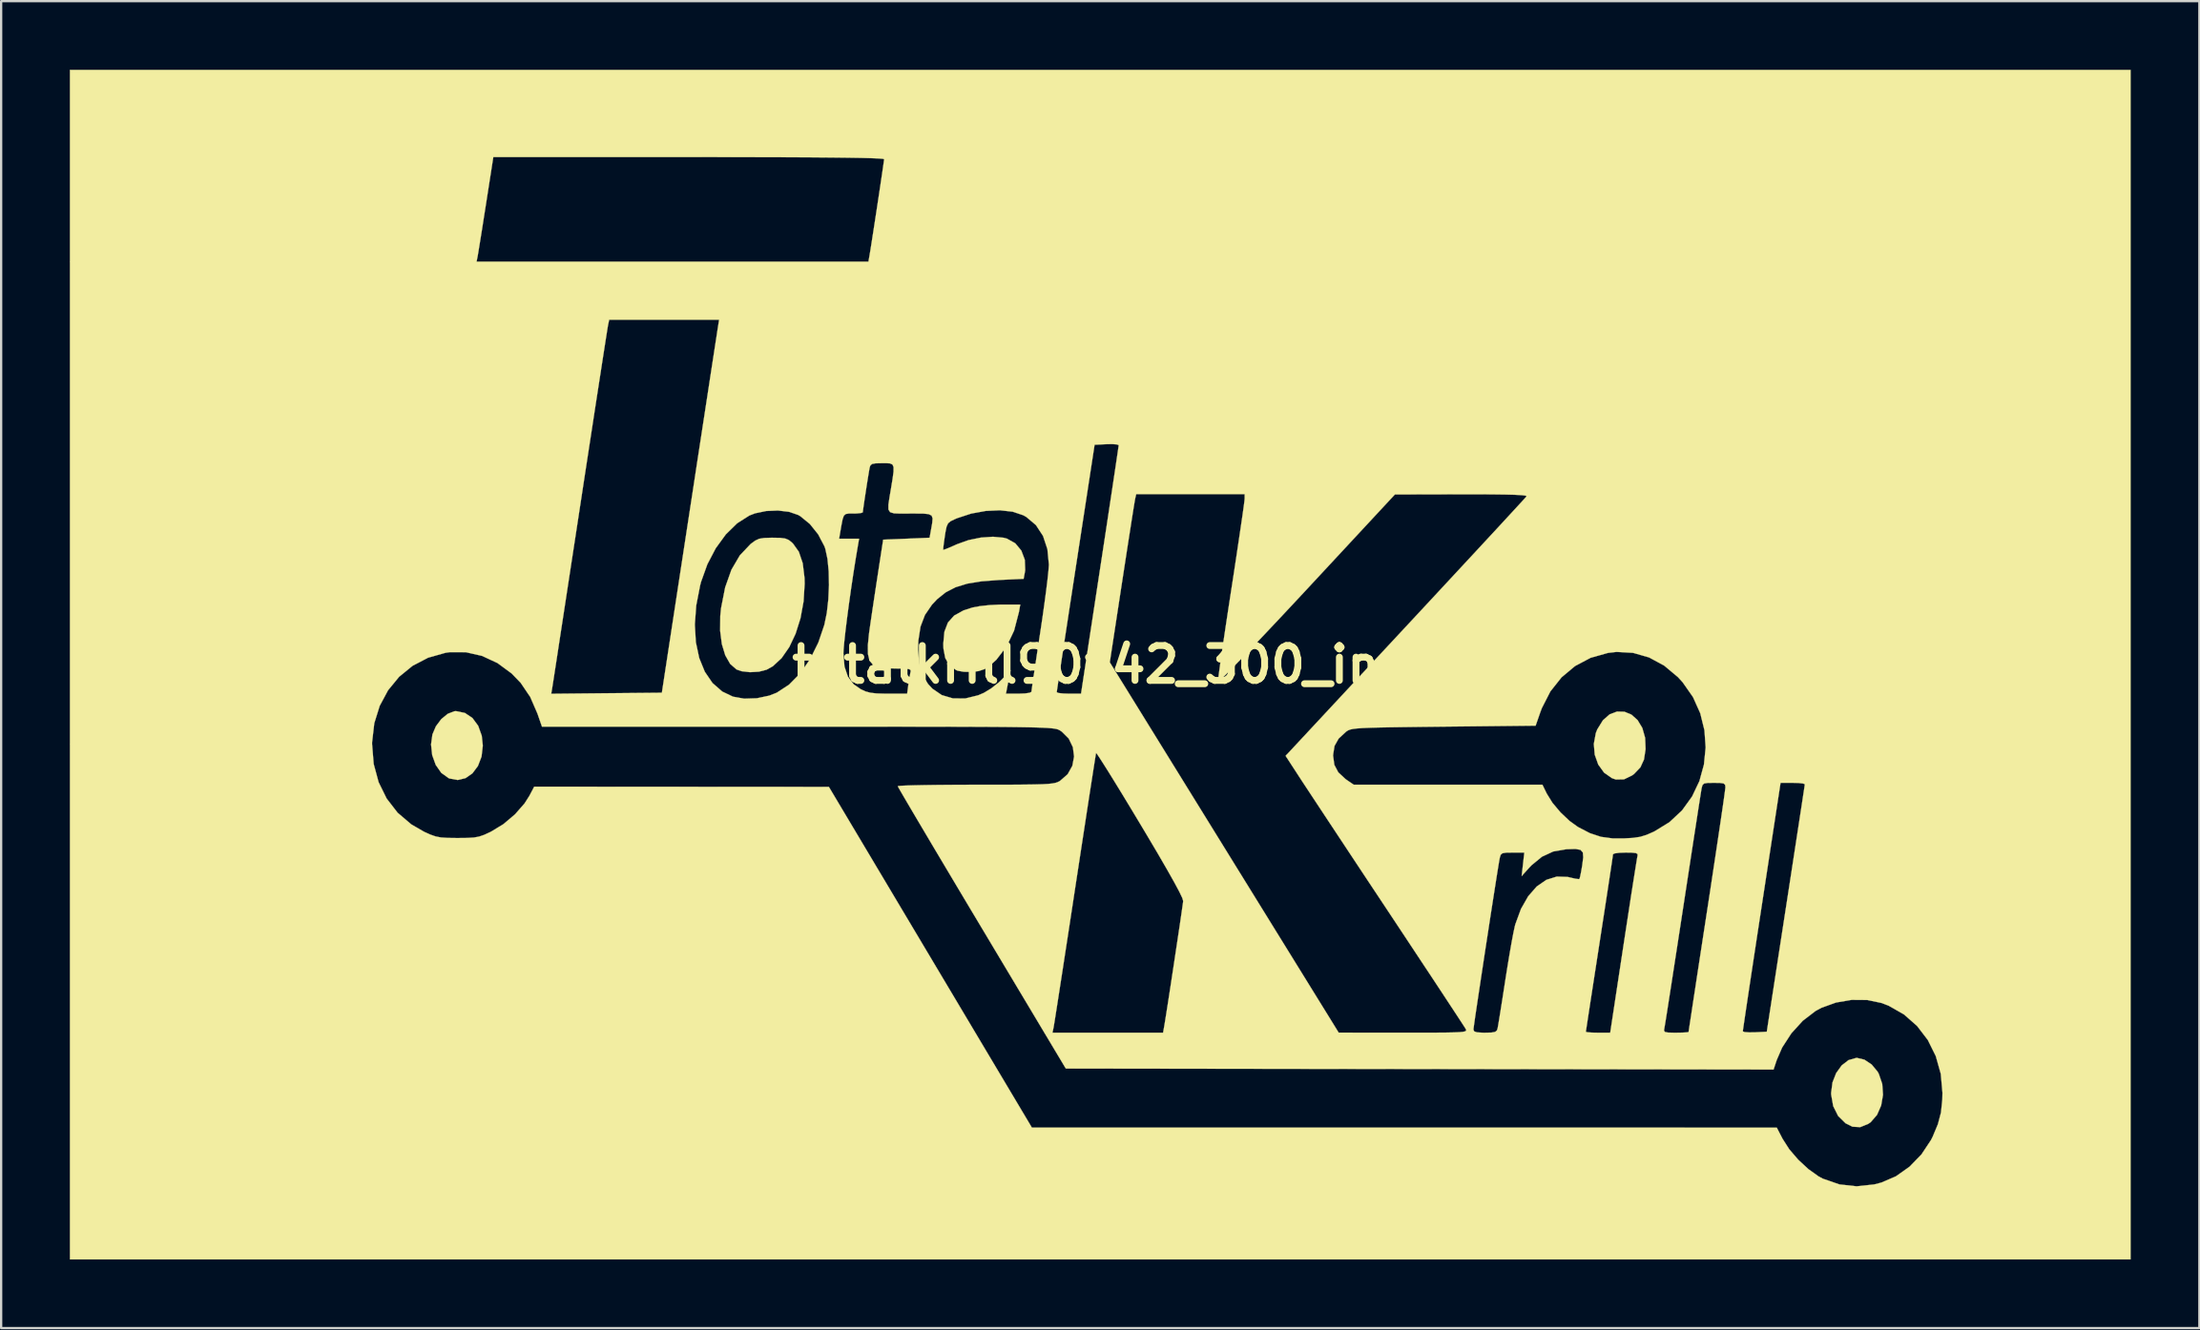
<source format=kicad_pcb>
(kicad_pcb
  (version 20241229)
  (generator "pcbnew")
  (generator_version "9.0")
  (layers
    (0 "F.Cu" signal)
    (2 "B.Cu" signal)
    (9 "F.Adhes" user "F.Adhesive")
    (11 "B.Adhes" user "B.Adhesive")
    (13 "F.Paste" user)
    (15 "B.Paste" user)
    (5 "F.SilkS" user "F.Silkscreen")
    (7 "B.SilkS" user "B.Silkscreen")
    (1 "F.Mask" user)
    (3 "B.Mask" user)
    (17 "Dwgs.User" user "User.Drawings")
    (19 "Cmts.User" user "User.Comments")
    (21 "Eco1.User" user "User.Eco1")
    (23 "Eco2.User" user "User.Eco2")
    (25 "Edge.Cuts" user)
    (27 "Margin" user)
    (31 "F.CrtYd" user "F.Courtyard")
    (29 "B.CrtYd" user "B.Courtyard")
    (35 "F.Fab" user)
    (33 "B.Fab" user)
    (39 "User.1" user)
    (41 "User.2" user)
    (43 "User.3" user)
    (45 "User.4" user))
  (footprint "totalkrill90x42_300_inv"
    (layer "F.Cu")
    (at 44.963 25.998)
    (property "Reference" "totalkrill90x42_300_inv" (at 0 0 0) (layer "F.SilkS") (effects (font (size 1.524 1.524) (thickness 0.3))))
    (attr through_hole)
    (fp_poly (pts (xy -27.709 2.111) (xy -27.38 2.331) (xy -27.129 2.671) (xy -26.972 3.107) (xy -26.926 3.538) (xy -26.981 4.019) (xy -27.139 4.43) (xy -27.378 4.75) (xy -27.679 4.96) (xy -28.021 5.042) (xy -28.384 4.975) (xy -28.421 4.959) (xy -28.739 4.73) (xy -28.982 4.382) (xy -29.136 3.954) (xy -29.186 3.487) (xy -29.126 3.05) (xy -28.974 2.694) (xy -28.739 2.381) (xy -28.458 2.15) (xy -28.17 2.038) (xy -28.098 2.032) (xy -27.709 2.111)) (stroke (width 0.01) (type solid)) (fill yes) (layer "F.SilkS"))
    (fp_poly (pts (xy 22.938 2.059) (xy 23.244 2.186) (xy 23.511 2.425) (xy 23.717 2.766) (xy 23.84 3.199) (xy 23.86 3.694) (xy 23.79 4.147) (xy 23.632 4.492) (xy 23.361 4.775) (xy 23.278 4.838) (xy 22.92 5.013) (xy 22.563 5.02) (xy 22.394 4.963) (xy 22.047 4.72) (xy 21.792 4.365) (xy 21.639 3.934) (xy 21.6 3.465) (xy 21.686 2.995) (xy 21.749 2.833) (xy 21.998 2.429) (xy 22.293 2.171) (xy 22.614 2.051) (xy 22.938 2.059)) (stroke (width 0.01) (type solid)) (fill yes) (layer "F.SilkS"))
    (fp_poly (pts (xy 33.42 17.266) (xy 33.734 17.476) (xy 33.992 17.787) (xy 34.046 17.883) (xy 34.197 18.328) (xy 34.229 18.802) (xy 34.15 19.265) (xy 33.97 19.676) (xy 33.696 19.993) (xy 33.588 20.069) (xy 33.235 20.214) (xy 32.898 20.195) (xy 32.595 20.045) (xy 32.269 19.724) (xy 32.055 19.295) (xy 31.966 18.788) (xy 31.965 18.711) (xy 32.024 18.259) (xy 32.185 17.849) (xy 32.427 17.514) (xy 32.726 17.284) (xy 33.059 17.189) (xy 33.096 17.188) (xy 33.42 17.266)) (stroke (width 0.01) (type solid)) (fill yes) (layer "F.SilkS"))
    (fp_poly (pts (xy -3.508 -2.307) (xy -3.721 -1.488) (xy -4.051 -0.79) (xy -4.496 -0.214) (xy -4.764 0.029) (xy -5.012 0.196) (xy -5.275 0.283) (xy -5.568 0.316) (xy -5.92 0.313) (xy -6.192 0.264) (xy -6.257 0.236) (xy -6.549 0.015) (xy -6.728 -0.289) (xy -6.806 -0.701) (xy -6.813 -0.916) (xy -6.764 -1.438) (xy -6.611 -1.84) (xy -6.339 -2.144) (xy -5.932 -2.369) (xy -5.538 -2.496) (xy -5.218 -2.556) (xy -4.804 -2.601) (xy -4.37 -2.623) (xy -4.248 -2.625) (xy -3.452 -2.625) (xy -3.508 -2.307)) (stroke (width 0.01) (type solid)) (fill yes) (layer "F.SilkS"))
    (fp_poly (pts (xy -13.933 -5.54) (xy -13.718 -5.512) (xy -13.564 -5.448) (xy -13.419 -5.331) (xy -13.381 -5.295) (xy -13.122 -4.933) (xy -12.953 -4.431) (xy -12.875 -3.792) (xy -12.869 -3.537) (xy -12.916 -2.765) (xy -13.05 -2.031) (xy -13.262 -1.357) (xy -13.54 -0.768) (xy -13.876 -0.284) (xy -14.259 0.07) (xy -14.532 0.222) (xy -14.867 0.308) (xy -15.255 0.33) (xy -15.621 0.288) (xy -15.846 0.21) (xy -16.122 -0.032) (xy -16.337 -0.41) (xy -16.485 -0.899) (xy -16.559 -1.477) (xy -16.554 -2.119) (xy -16.519 -2.469) (xy -16.34 -3.378) (xy -16.067 -4.147) (xy -15.699 -4.776) (xy -15.237 -5.264) (xy -15.211 -5.286) (xy -15.024 -5.423) (xy -14.852 -5.501) (xy -14.637 -5.536) (xy -14.32 -5.546) (xy -14.264 -5.546) (xy -13.933 -5.54)) (stroke (width 0.01) (type solid)) (fill yes) (layer "F.SilkS"))
    (fp_poly (pts (xy 45.043 25.993) (xy -44.958 25.993) (xy -44.958 3.475) (xy -31.762 3.475) (xy -31.692 4.341) (xy -31.477 5.137) (xy -31.126 5.852) (xy -30.647 6.472) (xy -30.046 6.984) (xy -29.486 7.307) (xy -29.212 7.43) (xy -28.985 7.509) (xy -28.751 7.554) (xy -28.457 7.573) (xy -28.05 7.578) (xy -28.023 7.578) (xy -27.612 7.574) (xy -27.318 7.557) (xy -27.087 7.515) (xy -26.868 7.44) (xy -26.608 7.32) (xy -26.556 7.294) (xy -26.019 6.966) (xy -25.519 6.542) (xy -25.104 6.068) (xy -24.892 5.734) (xy -24.681 5.334) (xy -18.246 5.338) (xy -11.811 5.342) (xy -2.943 20.235) (xy 29.591 20.236) (xy 29.842 20.722) (xy 30.135 21.18) (xy 30.527 21.637) (xy 30.971 22.049) (xy 31.421 22.37) (xy 31.603 22.467) (xy 32.326 22.717) (xy 33.076 22.8) (xy 33.845 22.718) (xy 34.163 22.635) (xy 34.799 22.36) (xy 35.39 21.941) (xy 35.908 21.407) (xy 36.323 20.783) (xy 36.402 20.626) (xy 36.628 20.084) (xy 36.762 19.574) (xy 36.82 19.016) (xy 36.827 18.711) (xy 36.753 17.883) (xy 36.535 17.109) (xy 36.187 16.406) (xy 35.719 15.793) (xy 35.144 15.287) (xy 34.475 14.906) (xy 34.169 14.788) (xy 33.542 14.657) (xy 32.86 14.652) (xy 32.177 14.768) (xy 31.542 14.997) (xy 31.284 15.137) (xy 30.726 15.565) (xy 30.227 16.114) (xy 29.825 16.734) (xy 29.589 17.278) (xy 29.45 17.696) (xy 13.994 17.674) (xy -1.462 17.653) (xy -2.398 16.087) (xy -2.045 16.087) (xy 2.786 16.087) (xy 2.835 15.812) (xy 2.873 15.583) (xy 2.929 15.231) (xy 3 14.779) (xy 3.081 14.253) (xy 3.169 13.678) (xy 3.26 13.079) (xy 3.35 12.481) (xy 3.436 11.909) (xy 3.514 11.389) (xy 3.579 10.945) (xy 3.628 10.603) (xy 3.658 10.388) (xy 3.664 10.329) (xy 3.624 10.194) (xy 3.493 9.92) (xy 3.271 9.506) (xy 2.959 8.952) (xy 2.556 8.256) (xy 2.061 7.42) (xy 1.78 6.95) (xy 1.383 6.29) (xy 1.014 5.68) (xy 0.68 5.135) (xy 0.391 4.668) (xy 0.155 4.294) (xy -0.017 4.027) (xy -0.118 3.882) (xy -0.142 3.86) (xy -0.158 3.954) (xy -0.198 4.203) (xy -0.259 4.591) (xy -0.339 5.106) (xy -0.437 5.734) (xy -0.549 6.461) (xy -0.673 7.273) (xy -0.809 8.157) (xy -0.953 9.1) (xy -1.057 9.779) (xy -1.206 10.759) (xy -1.349 11.694) (xy -1.484 12.569) (xy -1.607 13.372) (xy -1.718 14.087) (xy -1.813 14.701) (xy -1.891 15.199) (xy -1.949 15.567) (xy -1.986 15.791) (xy -1.997 15.854) (xy -2.045 16.087) (xy -2.398 16.087) (xy -5.13 11.515) (xy -5.687 10.583) (xy -6.218 9.692) (xy -6.717 8.854) (xy -7.178 8.079) (xy -7.594 7.377) (xy -7.959 6.76) (xy -8.267 6.238) (xy -8.511 5.822) (xy -8.685 5.523) (xy -8.783 5.351) (xy -8.802 5.313) (xy -8.721 5.299) (xy -8.489 5.286) (xy -8.123 5.275) (xy -7.641 5.265) (xy -7.061 5.257) (xy -6.401 5.252) (xy -5.679 5.249) (xy -5.397 5.249) (xy -4.546 5.249) (xy -3.847 5.247) (xy -3.284 5.243) (xy -2.841 5.237) (xy -2.499 5.228) (xy -2.244 5.214) (xy -2.058 5.195) (xy -1.924 5.17) (xy -1.826 5.139) (xy -1.747 5.1) (xy -1.714 5.08) (xy -1.381 4.789) (xy -1.177 4.423) (xy -1.101 4.018) (xy -1.153 3.61) (xy -1.333 3.233) (xy -1.641 2.926) (xy -1.714 2.878) (xy -1.756 2.854) (xy -1.806 2.832) (xy -1.871 2.813) (xy -1.961 2.796) (xy -2.085 2.781) (xy -2.251 2.767) (xy -2.468 2.756) (xy -2.744 2.746) (xy -3.088 2.738) (xy -3.51 2.731) (xy -4.017 2.725) (xy -4.619 2.72) (xy -5.324 2.717) (xy -6.141 2.714) (xy -7.078 2.712) (xy -8.145 2.711) (xy -9.35 2.71) (xy -10.702 2.71) (xy -12.209 2.71) (xy -13.166 2.71) (xy -24.342 2.709) (xy -24.54 2.138) (xy -24.857 1.407) (xy -24.949 1.273) (xy -23.938 1.273) (xy -21.521 1.25) (xy -19.105 1.228) (xy -18.649 -1.751) (xy -17.666 -1.751) (xy -17.621 -0.982) (xy -17.474 -0.29) (xy -17.23 0.31) (xy -16.893 0.804) (xy -16.467 1.176) (xy -16.002 1.399) (xy -15.51 1.487) (xy -14.957 1.47) (xy -14.411 1.354) (xy -14.086 1.226) (xy -13.551 0.876) (xy -13.06 0.379) (xy -12.628 -0.243) (xy -12.269 -0.97) (xy -12.009 -1.736) (xy -11.901 -2.258) (xy -11.834 -2.852) (xy -11.806 -3.473) (xy -11.818 -4.077) (xy -11.871 -4.619) (xy -11.964 -5.056) (xy -12.004 -5.171) (xy -12.178 -5.503) (xy -11.364 -5.503) (xy -10.491 -5.503) (xy -10.539 -5.228) (xy -10.641 -4.623) (xy -10.744 -3.971) (xy -10.844 -3.3) (xy -10.937 -2.638) (xy -11.02 -2.013) (xy -11.089 -1.452) (xy -11.14 -0.984) (xy -11.17 -0.637) (xy -11.176 -0.486) (xy -11.129 0.082) (xy -10.981 0.525) (xy -10.724 0.862) (xy -10.417 1.075) (xy -10.212 1.17) (xy -9.999 1.228) (xy -9.73 1.259) (xy -9.355 1.27) (xy -9.221 1.27) (xy -8.392 1.27) (xy -8.338 0.868) (xy -8.296 0.595) (xy -8.256 0.376) (xy -8.242 0.318) (xy -8.239 0.244) (xy -8.3 0.199) (xy -8.457 0.177) (xy -8.74 0.17) (xy -8.88 0.169) (xy -9.323 0.157) (xy -9.656 0.106) (xy -9.89 -0.001) (xy -10.036 -0.184) (xy -10.104 -0.463) (xy -10.106 -0.677) (xy -7.915 -0.677) (xy -7.869 -0.066) (xy -7.729 0.43) (xy -7.481 0.843) (xy -7.291 1.049) (xy -6.88 1.331) (xy -6.392 1.475) (xy -5.855 1.479) (xy -5.294 1.341) (xy -5.037 1.231) (xy -4.718 1.037) (xy -4.393 0.78) (xy -4.234 0.626) (xy -3.878 0.24) (xy -3.929 0.501) (xy -3.984 0.787) (xy -4.028 1.016) (xy -4.077 1.27) (xy -3.52 1.27) (xy -3.238 1.259) (xy -3.038 1.229) (xy -2.997 1.206) (xy -1.86 1.206) (xy -1.784 1.239) (xy -1.584 1.262) (xy -1.33 1.27) (xy -0.797 1.27) (xy -0.588 -0.103) (xy 0.458 -0.103) (xy 5.457 7.99) (xy 10.456 16.083) (xy 13.274 16.085) (xy 14.039 16.085) (xy 14.65 16.084) (xy 15.124 16.081) (xy 15.478 16.074) (xy 15.729 16.063) (xy 15.892 16.047) (xy 15.985 16.025) (xy 16.022 15.996) (xy 16.022 15.959) (xy 16.019 15.952) (xy 16.341 15.952) (xy 16.374 16.029) (xy 16.497 16.071) (xy 16.743 16.086) (xy 16.847 16.087) (xy 17.132 16.08) (xy 17.291 16.051) (xy 17.294 16.049) (xy 21.251 16.049) (xy 21.328 16.068) (xy 21.53 16.082) (xy 21.783 16.087) (xy 22.315 16.087) (xy 22.329 15.998) (xy 24.665 15.998) (xy 24.708 16.055) (xy 24.841 16.08) (xy 25.101 16.087) (xy 25.187 16.087) (xy 25.467 16.082) (xy 25.666 16.071) (xy 25.739 16.056) (xy 25.743 16.027) (xy 28.106 16.027) (xy 28.185 16.059) (xy 28.386 16.073) (xy 28.632 16.07) (xy 29.154 16.044) (xy 29.983 10.668) (xy 30.127 9.734) (xy 30.263 8.85) (xy 30.389 8.03) (xy 30.503 7.287) (xy 30.603 6.636) (xy 30.686 6.092) (xy 30.75 5.668) (xy 30.794 5.379) (xy 30.814 5.239) (xy 30.815 5.228) (xy 30.74 5.195) (xy 30.54 5.172) (xy 30.287 5.165) (xy 29.755 5.165) (xy 28.929 10.562) (xy 28.786 11.498) (xy 28.651 12.384) (xy 28.526 13.207) (xy 28.413 13.952) (xy 28.315 14.605) (xy 28.233 15.152) (xy 28.17 15.579) (xy 28.127 15.871) (xy 28.107 16.015) (xy 28.106 16.027) (xy 25.743 16.027) (xy 25.751 15.969) (xy 25.787 15.729) (xy 25.845 15.351) (xy 25.921 14.847) (xy 26.015 14.234) (xy 26.123 13.524) (xy 26.244 12.733) (xy 26.376 11.874) (xy 26.516 10.962) (xy 26.543 10.786) (xy 26.685 9.86) (xy 26.818 8.98) (xy 26.942 8.161) (xy 27.053 7.418) (xy 27.15 6.766) (xy 27.23 6.22) (xy 27.291 5.794) (xy 27.33 5.503) (xy 27.347 5.363) (xy 27.347 5.355) (xy 27.333 5.249) (xy 27.264 5.191) (xy 27.1 5.169) (xy 26.849 5.165) (xy 26.57 5.169) (xy 26.416 5.195) (xy 26.343 5.267) (xy 26.306 5.406) (xy 26.3 5.44) (xy 26.279 5.572) (xy 26.234 5.856) (xy 26.168 6.276) (xy 26.085 6.816) (xy 25.985 7.462) (xy 25.872 8.197) (xy 25.748 9.006) (xy 25.615 9.873) (xy 25.487 10.71) (xy 25.348 11.614) (xy 25.216 12.472) (xy 25.093 13.268) (xy 24.982 13.988) (xy 24.884 14.615) (xy 24.803 15.135) (xy 24.74 15.532) (xy 24.697 15.792) (xy 24.679 15.896) (xy 24.665 15.998) (xy 22.329 15.998) (xy 22.891 12.298) (xy 23.011 11.513) (xy 23.124 10.776) (xy 23.227 10.106) (xy 23.319 9.519) (xy 23.396 9.033) (xy 23.455 8.666) (xy 23.493 8.435) (xy 23.508 8.361) (xy 23.51 8.281) (xy 23.441 8.236) (xy 23.265 8.217) (xy 22.993 8.213) (xy 22.711 8.223) (xy 22.511 8.25) (xy 22.437 8.287) (xy 22.424 8.383) (xy 22.388 8.63) (xy 22.331 9.01) (xy 22.256 9.506) (xy 22.165 10.102) (xy 22.061 10.78) (xy 21.946 11.524) (xy 21.844 12.186) (xy 21.723 12.97) (xy 21.61 13.701) (xy 21.508 14.363) (xy 21.419 14.939) (xy 21.347 15.412) (xy 21.293 15.766) (xy 21.26 15.984) (xy 21.251 16.049) (xy 17.294 16.049) (xy 17.368 15.983) (xy 17.397 15.896) (xy 17.422 15.76) (xy 17.468 15.483) (xy 17.531 15.091) (xy 17.607 14.611) (xy 17.691 14.069) (xy 17.739 13.758) (xy 17.832 13.173) (xy 17.925 12.616) (xy 18.012 12.119) (xy 18.089 11.713) (xy 18.15 11.429) (xy 18.171 11.349) (xy 18.418 10.676) (xy 18.734 10.122) (xy 19.107 9.695) (xy 19.527 9.405) (xy 19.982 9.264) (xy 20.46 9.279) (xy 20.555 9.302) (xy 20.787 9.355) (xy 20.941 9.374) (xy 20.97 9.368) (xy 21 9.273) (xy 21.044 9.057) (xy 21.094 8.766) (xy 21.094 8.762) (xy 21.137 8.422) (xy 21.12 8.209) (xy 21.017 8.095) (xy 20.801 8.056) (xy 20.447 8.066) (xy 20.39 8.069) (xy 19.826 8.167) (xy 19.333 8.395) (xy 18.877 8.77) (xy 18.763 8.891) (xy 18.448 9.24) (xy 18.506 8.726) (xy 18.564 8.213) (xy 18.052 8.213) (xy 17.767 8.217) (xy 17.608 8.244) (xy 17.532 8.31) (xy 17.493 8.435) (xy 17.491 8.445) (xy 17.463 8.597) (xy 17.415 8.89) (xy 17.349 9.301) (xy 17.269 9.811) (xy 17.177 10.398) (xy 17.077 11.041) (xy 16.973 11.72) (xy 16.866 12.413) (xy 16.762 13.099) (xy 16.662 13.758) (xy 16.57 14.368) (xy 16.489 14.908) (xy 16.422 15.357) (xy 16.374 15.695) (xy 16.346 15.9) (xy 16.341 15.952) (xy 16.019 15.952) (xy 16.005 15.923) (xy 15.945 15.827) (xy 15.798 15.601) (xy 15.574 15.258) (xy 15.279 14.809) (xy 14.922 14.266) (xy 14.51 13.641) (xy 14.05 12.946) (xy 13.552 12.192) (xy 13.022 11.391) (xy 12.645 10.822) (xy 12.08 9.97) (xy 11.528 9.137) (xy 10.999 8.337) (xy 10.501 7.584) (xy 10.045 6.894) (xy 9.639 6.279) (xy 9.294 5.756) (xy 9.018 5.337) (xy 8.821 5.038) (xy 8.755 4.936) (xy 8.138 3.987) (xy 8.145 3.979) (xy 10.212 3.979) (xy 10.266 4.38) (xy 10.44 4.709) (xy 10.758 5.004) (xy 10.836 5.059) (xy 11.116 5.249) (xy 19.355 5.249) (xy 19.543 5.635) (xy 19.793 6.039) (xy 20.144 6.457) (xy 20.542 6.833) (xy 20.909 7.097) (xy 21.428 7.366) (xy 21.91 7.526) (xy 22.423 7.595) (xy 22.902 7.596) (xy 23.313 7.572) (xy 23.624 7.526) (xy 23.903 7.44) (xy 24.221 7.301) (xy 24.241 7.291) (xy 24.903 6.885) (xy 25.455 6.368) (xy 25.891 5.763) (xy 26.211 5.09) (xy 26.409 4.368) (xy 26.484 3.62) (xy 26.431 2.866) (xy 26.248 2.125) (xy 25.932 1.42) (xy 25.479 0.771) (xy 25.273 0.545) (xy 24.672 0.042) (xy 24.014 -0.314) (xy 23.314 -0.515) (xy 22.592 -0.556) (xy 22.219 -0.513) (xy 21.461 -0.299) (xy 20.781 0.061) (xy 20.19 0.555) (xy 19.702 1.171) (xy 19.33 1.899) (xy 19.263 2.078) (xy 19.058 2.667) (xy 15.038 2.709) (xy 14.109 2.719) (xy 13.333 2.729) (xy 12.697 2.738) (xy 12.185 2.748) (xy 11.782 2.759) (xy 11.474 2.773) (xy 11.244 2.79) (xy 11.079 2.811) (xy 10.962 2.836) (xy 10.88 2.867) (xy 10.817 2.903) (xy 10.785 2.926) (xy 10.457 3.228) (xy 10.274 3.553) (xy 10.212 3.943) (xy 10.212 3.979) (xy 8.145 3.979) (xy 13.373 -1.64) (xy 14.141 -2.466) (xy 14.876 -3.257) (xy 15.57 -4.005) (xy 16.216 -4.701) (xy 16.803 -5.335) (xy 17.326 -5.899) (xy 17.774 -6.385) (xy 18.14 -6.782) (xy 18.416 -7.083) (xy 18.594 -7.278) (xy 18.664 -7.358) (xy 18.665 -7.359) (xy 18.622 -7.386) (xy 18.451 -7.407) (xy 18.145 -7.424) (xy 17.696 -7.435) (xy 17.098 -7.442) (xy 16.342 -7.445) (xy 15.816 -7.444) (xy 12.912 -7.438) (xy 9.059 -3.288) (xy 8.405 -2.586) (xy 7.785 -1.924) (xy 7.209 -1.313) (xy 6.687 -0.762) (xy 6.226 -0.281) (xy 5.838 0.119) (xy 5.532 0.43) (xy 5.316 0.641) (xy 5.201 0.742) (xy 5.184 0.748) (xy 5.192 0.644) (xy 5.224 0.389) (xy 5.277 0.001) (xy 5.349 -0.502) (xy 5.437 -1.104) (xy 5.539 -1.788) (xy 5.652 -2.535) (xy 5.756 -3.211) (xy 5.878 -4.003) (xy 5.991 -4.749) (xy 6.093 -5.431) (xy 6.182 -6.031) (xy 6.255 -6.531) (xy 6.309 -6.914) (xy 6.341 -7.163) (xy 6.35 -7.254) (xy 6.35 -7.451) (xy 1.612 -7.451) (xy 1.568 -7.26) (xy 1.546 -7.137) (xy 1.501 -6.866) (xy 1.437 -6.464) (xy 1.357 -5.951) (xy 1.262 -5.345) (xy 1.157 -4.665) (xy 1.044 -3.93) (xy 0.991 -3.586) (xy 0.458 -0.103) (xy -0.588 -0.103) (xy 0.026 -4.128) (xy 0.169 -5.063) (xy 0.304 -5.95) (xy 0.428 -6.773) (xy 0.541 -7.518) (xy 0.639 -8.171) (xy 0.721 -8.718) (xy 0.784 -9.145) (xy 0.827 -9.437) (xy 0.847 -9.58) (xy 0.848 -9.593) (xy 0.77 -9.624) (xy 0.569 -9.639) (xy 0.321 -9.635) (xy -0.205 -9.61) (xy -1.031 -4.233) (xy -1.174 -3.3) (xy -1.31 -2.415) (xy -1.435 -1.595) (xy -1.549 -0.852) (xy -1.648 -0.202) (xy -1.73 0.343) (xy -1.795 0.766) (xy -1.838 1.055) (xy -1.858 1.196) (xy -1.86 1.206) (xy -2.997 1.206) (xy -2.963 1.188) (xy -2.951 1.087) (xy -2.916 0.839) (xy -2.862 0.468) (xy -2.791 -0.007) (xy -2.707 -0.564) (xy -2.613 -1.18) (xy -2.582 -1.383) (xy -2.484 -2.04) (xy -2.396 -2.667) (xy -2.32 -3.237) (xy -2.26 -3.725) (xy -2.22 -4.104) (xy -2.202 -4.347) (xy -2.201 -4.376) (xy -2.266 -5.047) (xy -2.457 -5.625) (xy -2.767 -6.099) (xy -3.189 -6.455) (xy -3.323 -6.53) (xy -3.781 -6.684) (xy -4.339 -6.746) (xy -4.957 -6.718) (xy -5.594 -6.602) (xy -6.209 -6.401) (xy -6.305 -6.36) (xy -6.491 -6.271) (xy -6.603 -6.177) (xy -6.67 -6.033) (xy -6.72 -5.791) (xy -6.746 -5.621) (xy -6.788 -5.329) (xy -6.814 -5.113) (xy -6.818 -5.017) (xy -6.818 -5.016) (xy -6.738 -5.038) (xy -6.544 -5.116) (xy -6.275 -5.235) (xy -6.215 -5.262) (xy -5.715 -5.441) (xy -5.173 -5.552) (xy -4.643 -5.589) (xy -4.181 -5.546) (xy -4.036 -5.508) (xy -3.671 -5.305) (xy -3.405 -4.985) (xy -3.254 -4.584) (xy -3.237 -4.133) (xy -3.252 -4.034) (xy -3.305 -3.751) (xy -4.383 -3.7) (xy -5.144 -3.642) (xy -5.766 -3.54) (xy -6.278 -3.383) (xy -6.705 -3.162) (xy -7.077 -2.866) (xy -7.308 -2.62) (xy -7.615 -2.172) (xy -7.809 -1.661) (xy -7.903 -1.054) (xy -7.915 -0.677) (xy -10.106 -0.677) (xy -10.107 -0.857) (xy -10.054 -1.384) (xy -9.995 -1.8) (xy -9.91 -2.375) (xy -9.811 -3.034) (xy -9.711 -3.692) (xy -9.628 -4.233) (xy -9.439 -5.461) (xy -8.425 -5.503) (xy -7.411 -5.546) (xy -7.351 -5.884) (xy -7.297 -6.187) (xy -7.28 -6.391) (xy -7.323 -6.514) (xy -7.452 -6.578) (xy -7.69 -6.602) (xy -8.064 -6.604) (xy -8.255 -6.604) (xy -8.68 -6.601) (xy -8.966 -6.612) (xy -9.136 -6.663) (xy -9.21 -6.781) (xy -9.21 -6.994) (xy -9.16 -7.329) (xy -9.103 -7.662) (xy -9.028 -8.12) (xy -8.986 -8.435) (xy -8.985 -8.636) (xy -9.034 -8.747) (xy -9.141 -8.795) (xy -9.316 -8.806) (xy -9.481 -8.805) (xy -9.766 -8.799) (xy -9.925 -8.77) (xy -10 -8.703) (xy -10.029 -8.615) (xy -10.057 -8.461) (xy -10.101 -8.196) (xy -10.154 -7.863) (xy -10.209 -7.504) (xy -10.261 -7.161) (xy -10.302 -6.878) (xy -10.326 -6.697) (xy -10.329 -6.657) (xy -10.405 -6.627) (xy -10.6 -6.607) (xy -10.746 -6.604) (xy -10.946 -6.604) (xy -11.075 -6.582) (xy -11.157 -6.509) (xy -11.212 -6.352) (xy -11.265 -6.081) (xy -11.31 -5.821) (xy -11.364 -5.503) (xy -12.178 -5.503) (xy -12.278 -5.694) (xy -12.64 -6.146) (xy -13.054 -6.485) (xy -13.154 -6.543) (xy -13.55 -6.679) (xy -14.035 -6.736) (xy -14.55 -6.714) (xy -15.036 -6.613) (xy -15.282 -6.518) (xy -15.817 -6.177) (xy -16.312 -5.692) (xy -16.751 -5.088) (xy -17.117 -4.389) (xy -17.393 -3.62) (xy -17.434 -3.464) (xy -17.605 -2.584) (xy -17.666 -1.751) (xy -18.649 -1.751) (xy -17.899 -6.646) (xy -17.724 -7.786) (xy -17.557 -8.882) (xy -17.397 -9.922) (xy -17.248 -10.894) (xy -17.111 -11.786) (xy -16.989 -12.586) (xy -16.882 -13.282) (xy -16.793 -13.862) (xy -16.723 -14.313) (xy -16.676 -14.624) (xy -16.651 -14.782) (xy -16.649 -14.796) (xy -16.605 -15.071) (xy -21.407 -15.071) (xy -21.456 -14.838) (xy -21.476 -14.722) (xy -21.519 -14.45) (xy -21.584 -14.036) (xy -21.669 -13.49) (xy -21.772 -12.825) (xy -21.891 -12.054) (xy -22.025 -11.188) (xy -22.17 -10.239) (xy -22.327 -9.22) (xy -22.492 -8.143) (xy -22.663 -7.019) (xy -22.688 -6.858) (xy -22.86 -5.73) (xy -23.026 -4.647) (xy -23.183 -3.622) (xy -23.329 -2.666) (xy -23.463 -1.791) (xy -23.583 -1.01) (xy -23.686 -0.334) (xy -23.772 0.225) (xy -23.838 0.654) (xy -23.883 0.941) (xy -23.904 1.075) (xy -23.905 1.081) (xy -23.938 1.273) (xy -24.949 1.273) (xy -25.272 0.795) (xy -25.668 0.385) (xy -26.286 -0.07) (xy -26.959 -0.382) (xy -27.662 -0.542) (xy -28.372 -0.544) (xy -28.554 -0.518) (xy -29.314 -0.303) (xy -29.993 0.051) (xy -30.581 0.531) (xy -31.063 1.119) (xy -31.429 1.801) (xy -31.666 2.562) (xy -31.761 3.387) (xy -31.762 3.475) (xy -44.958 3.475) (xy -44.958 -17.611) (xy -27.199 -17.611) (xy -18.641 -17.611) (xy -10.083 -17.611) (xy -10.035 -17.886) (xy -9.998 -18.106) (xy -9.945 -18.442) (xy -9.879 -18.866) (xy -9.804 -19.351) (xy -9.725 -19.868) (xy -9.646 -20.39) (xy -9.571 -20.888) (xy -9.505 -21.335) (xy -9.451 -21.702) (xy -9.414 -21.962) (xy -9.398 -22.086) (xy -9.398 -22.091) (xy -9.458 -22.108) (xy -9.642 -22.122) (xy -9.954 -22.135) (xy -10.399 -22.147) (xy -10.98 -22.156) (xy -11.703 -22.164) (xy -12.573 -22.171) (xy -13.592 -22.176) (xy -14.767 -22.179) (xy -16.101 -22.182) (xy -17.598 -22.183) (xy -17.933 -22.183) (xy -26.467 -22.183) (xy -26.787 -20.13) (xy -26.879 -19.547) (xy -26.963 -19.009) (xy -27.038 -18.543) (xy -27.098 -18.173) (xy -27.138 -17.927) (xy -27.153 -17.843) (xy -27.199 -17.611) (xy -44.958 -17.611) (xy -44.958 -25.993) (xy 45.043 -25.993) (xy 45.043 25.993)) (stroke (width 0.01) (type solid)) (fill yes) (layer "F.SilkS")))
  (gr_rect
    (start -3 -3)
    (end 93.011 54.995)
    (stroke (width 0.1) (type default))
    (fill no)
    (layer "Edge.Cuts")))
</source>
